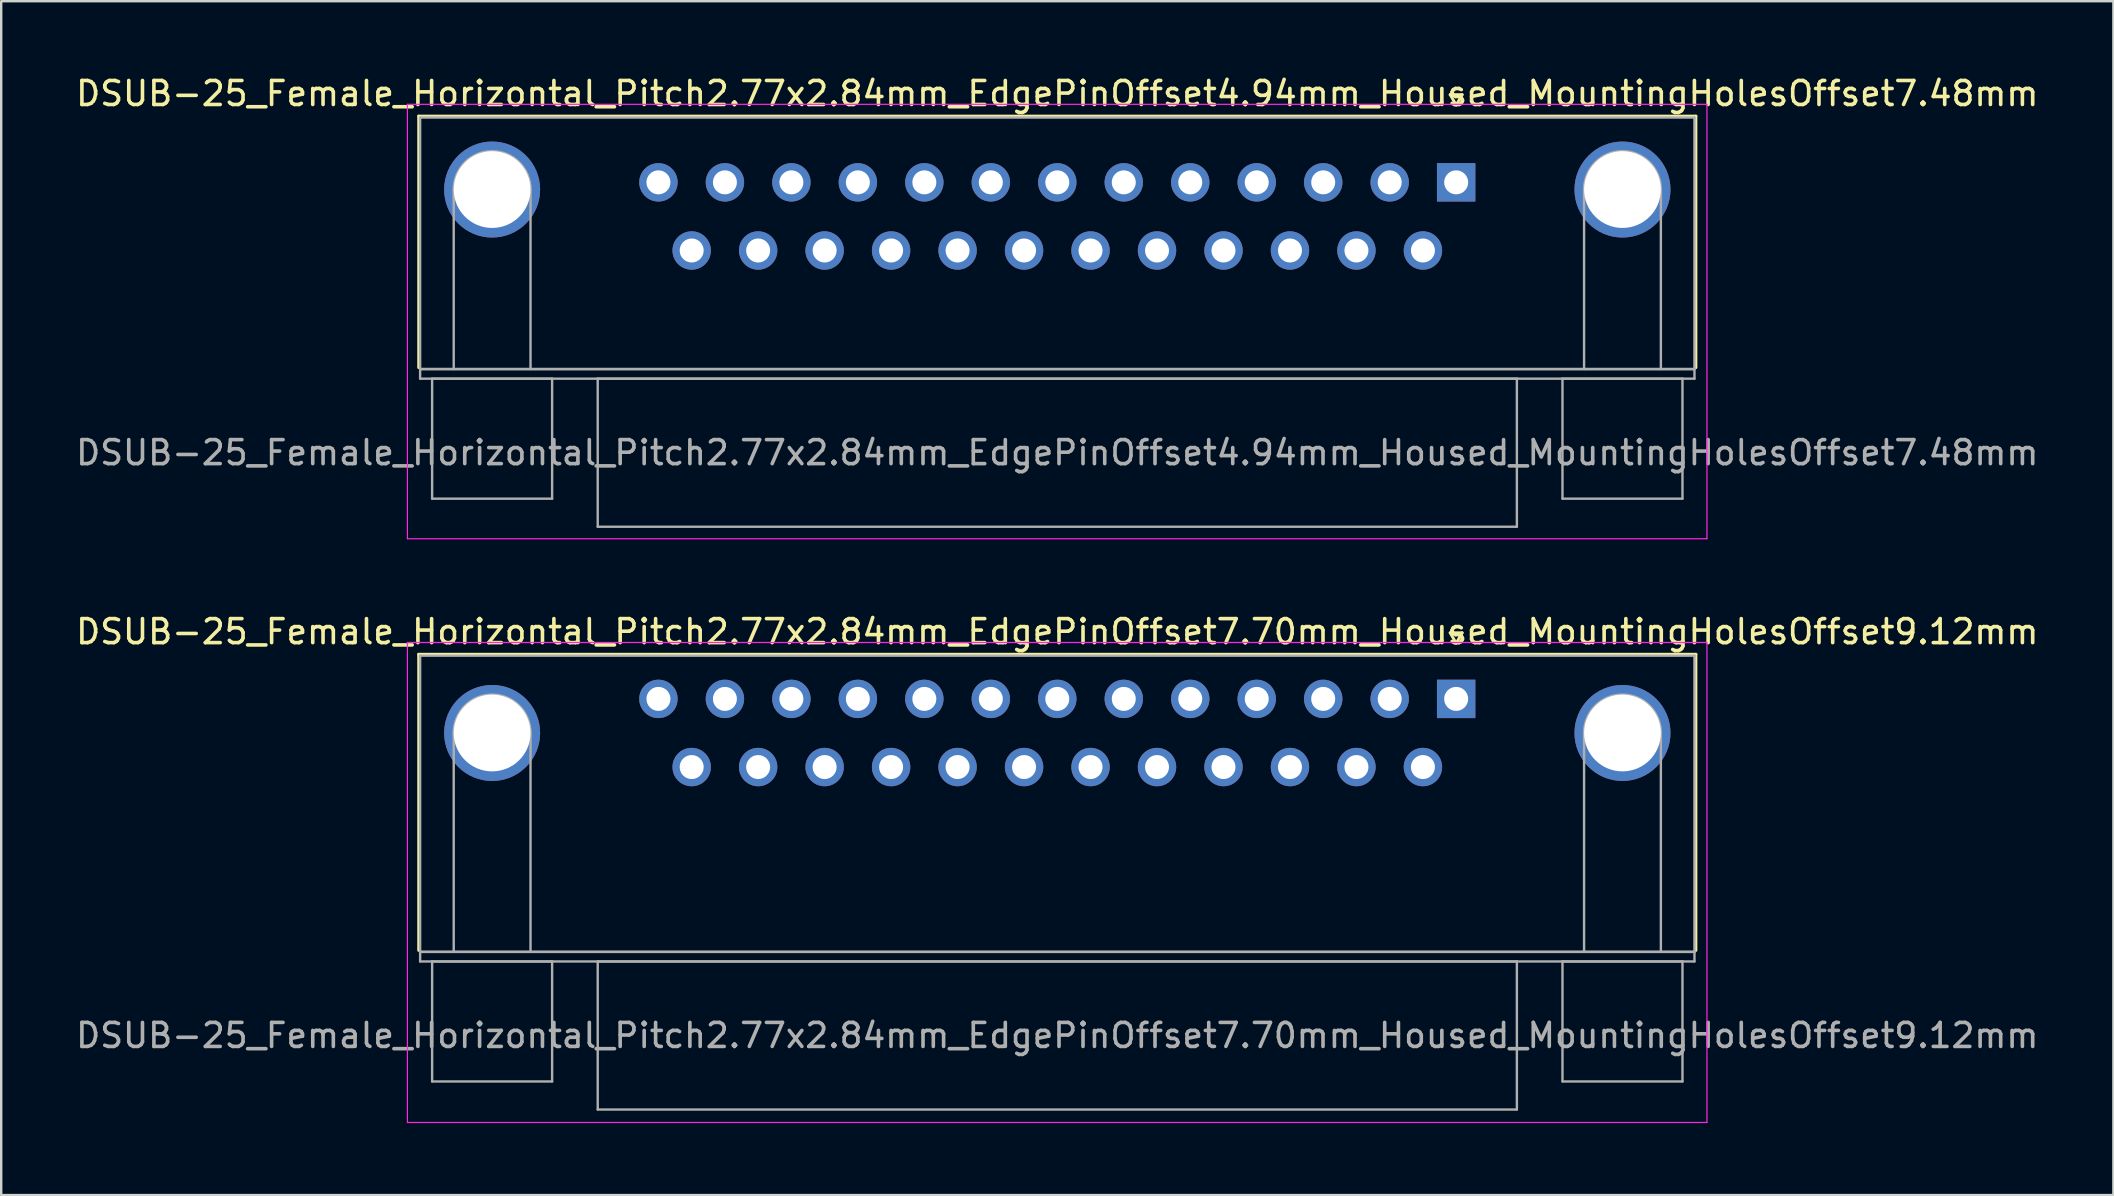
<source format=kicad_pcb>
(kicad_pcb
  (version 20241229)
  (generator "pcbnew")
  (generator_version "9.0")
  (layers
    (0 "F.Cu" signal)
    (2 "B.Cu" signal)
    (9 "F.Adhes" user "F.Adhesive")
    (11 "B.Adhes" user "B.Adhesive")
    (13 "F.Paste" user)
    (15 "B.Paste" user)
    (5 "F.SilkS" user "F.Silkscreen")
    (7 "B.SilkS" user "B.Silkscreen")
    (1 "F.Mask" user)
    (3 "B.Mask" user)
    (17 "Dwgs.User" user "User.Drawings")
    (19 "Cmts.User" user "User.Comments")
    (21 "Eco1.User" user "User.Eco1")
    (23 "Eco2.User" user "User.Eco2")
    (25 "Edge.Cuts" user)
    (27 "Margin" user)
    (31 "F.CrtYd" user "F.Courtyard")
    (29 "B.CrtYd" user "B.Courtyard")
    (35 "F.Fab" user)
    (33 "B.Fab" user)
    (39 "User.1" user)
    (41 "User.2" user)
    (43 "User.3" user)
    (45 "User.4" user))
  (footprint "DSUB-25_Female_Horizontal_Pitch2.77x2.84mm_EdgePinOffset4.94mm_Housed_MountingHolesOffset7.48mm"
    (layer "F.Cu")
    (at 57.626 4.548)
    (property "Reference" "DSUB-25_Female_Horizontal_Pitch2.77x2.84mm_EdgePinOffset4.94mm_Housed_MountingHolesOffset7.48mm" (at -16.62 -3.7 0) (layer "F.SilkS") (effects (font (size 1 1) (thickness 0.15))))
    (attr through_hole)
    (fp_line (start -43.23 -2.76) (end 9.99 -2.76) (stroke (width 0.12) (type solid)) (layer "F.SilkS"))
    (fp_line (start -43.23 7.72) (end -43.23 -2.76) (stroke (width 0.12) (type solid)) (layer "F.SilkS"))
    (fp_line (start -0.25 -3.654) (end 0.25 -3.654) (stroke (width 0.12) (type solid)) (layer "F.SilkS"))
    (fp_line (start 0 -3.221) (end -0.25 -3.654) (stroke (width 0.12) (type solid)) (layer "F.SilkS"))
    (fp_line (start 0.25 -3.654) (end 0 -3.221) (stroke (width 0.12) (type solid)) (layer "F.SilkS"))
    (fp_line (start 9.99 -2.76) (end 9.99 7.72) (stroke (width 0.12) (type solid)) (layer "F.SilkS"))
    (fp_line (start -43.7 -3.25) (end -43.7 14.85) (stroke (width 0.05) (type solid)) (layer "F.CrtYd"))
    (fp_line (start -43.7 14.85) (end 10.45 14.85) (stroke (width 0.05) (type solid)) (layer "F.CrtYd"))
    (fp_line (start 10.45 -3.25) (end -43.7 -3.25) (stroke (width 0.05) (type solid)) (layer "F.CrtYd"))
    (fp_line (start 10.45 14.85) (end 10.45 -3.25) (stroke (width 0.05) (type solid)) (layer "F.CrtYd"))
    (fp_line (start -43.17 -2.7) (end -43.17 7.78) (stroke (width 0.1) (type solid)) (layer "F.Fab"))
    (fp_line (start -43.17 7.78) (end -43.17 8.18) (stroke (width 0.1) (type solid)) (layer "F.Fab"))
    (fp_line (start -43.17 7.78) (end 9.93 7.78) (stroke (width 0.1) (type solid)) (layer "F.Fab"))
    (fp_line (start -43.17 8.18) (end 9.93 8.18) (stroke (width 0.1) (type solid)) (layer "F.Fab"))
    (fp_line (start -42.67 8.18) (end -42.67 13.18) (stroke (width 0.1) (type solid)) (layer "F.Fab"))
    (fp_line (start -42.67 13.18) (end -37.67 13.18) (stroke (width 0.1) (type solid)) (layer "F.Fab"))
    (fp_line (start -41.77 7.78) (end -41.77 0.3) (stroke (width 0.1) (type solid)) (layer "F.Fab"))
    (fp_line (start -38.57 7.78) (end -38.57 0.3) (stroke (width 0.1) (type solid)) (layer "F.Fab"))
    (fp_line (start -37.67 8.18) (end -42.67 8.18) (stroke (width 0.1) (type solid)) (layer "F.Fab"))
    (fp_line (start -37.67 13.18) (end -37.67 8.18) (stroke (width 0.1) (type solid)) (layer "F.Fab"))
    (fp_line (start -35.77 8.18) (end -35.77 14.35) (stroke (width 0.1) (type solid)) (layer "F.Fab"))
    (fp_line (start -35.77 14.35) (end 2.53 14.35) (stroke (width 0.1) (type solid)) (layer "F.Fab"))
    (fp_line (start 2.53 8.18) (end -35.77 8.18) (stroke (width 0.1) (type solid)) (layer "F.Fab"))
    (fp_line (start 2.53 14.35) (end 2.53 8.18) (stroke (width 0.1) (type solid)) (layer "F.Fab"))
    (fp_line (start 4.43 8.18) (end 4.43 13.18) (stroke (width 0.1) (type solid)) (layer "F.Fab"))
    (fp_line (start 4.43 13.18) (end 9.43 13.18) (stroke (width 0.1) (type solid)) (layer "F.Fab"))
    (fp_line (start 5.33 7.78) (end 5.33 0.3) (stroke (width 0.1) (type solid)) (layer "F.Fab"))
    (fp_line (start 8.53 7.78) (end 8.53 0.3) (stroke (width 0.1) (type solid)) (layer "F.Fab"))
    (fp_line (start 9.43 8.18) (end 4.43 8.18) (stroke (width 0.1) (type solid)) (layer "F.Fab"))
    (fp_line (start 9.43 13.18) (end 9.43 8.18) (stroke (width 0.1) (type solid)) (layer "F.Fab"))
    (fp_line (start 9.93 -2.7) (end -43.17 -2.7) (stroke (width 0.1) (type solid)) (layer "F.Fab"))
    (fp_line (start 9.93 7.78) (end -43.17 7.78) (stroke (width 0.1) (type solid)) (layer "F.Fab"))
    (fp_line (start 9.93 7.78) (end 9.93 -2.7) (stroke (width 0.1) (type solid)) (layer "F.Fab"))
    (fp_line (start 9.93 8.18) (end 9.93 7.78) (stroke (width 0.1) (type solid)) (layer "F.Fab"))
    (fp_arc (start -41.77 0.3) (mid -40.17 -1.3) (end -38.57 0.3) (stroke (width 0.1) (type solid)) (layer "F.Fab"))
    (fp_arc (start 5.33 0.3) (mid 6.93 -1.3) (end 8.53 0.3) (stroke (width 0.1) (type solid)) (layer "F.Fab"))
    (fp_text user "${REFERENCE}" (at -16.62 11.265 0) (layer "F.Fab") (effects (font (size 1 1) (thickness 0.15))))
    (pad "0" thru_hole circle (at -40.17 0.3) (size 4 4) (drill 3.2) (layers "*.Cu" "*.Mask"))
    (pad "0" thru_hole circle (at 6.93 0.3) (size 4 4) (drill 3.2) (layers "*.Cu" "*.Mask"))
    (pad "1" thru_hole rect (at 0 0) (size 1.6 1.6) (drill 1) (layers "*.Cu" "*.Mask"))
    (pad "2" thru_hole circle (at -2.77 0) (size 1.6 1.6) (drill 1) (layers "*.Cu" "*.Mask"))
    (pad "3" thru_hole circle (at -5.54 0) (size 1.6 1.6) (drill 1) (layers "*.Cu" "*.Mask"))
    (pad "4" thru_hole circle (at -8.31 0) (size 1.6 1.6) (drill 1) (layers "*.Cu" "*.Mask"))
    (pad "5" thru_hole circle (at -11.08 0) (size 1.6 1.6) (drill 1) (layers "*.Cu" "*.Mask"))
    (pad "6" thru_hole circle (at -13.85 0) (size 1.6 1.6) (drill 1) (layers "*.Cu" "*.Mask"))
    (pad "7" thru_hole circle (at -16.62 0) (size 1.6 1.6) (drill 1) (layers "*.Cu" "*.Mask"))
    (pad "8" thru_hole circle (at -19.39 0) (size 1.6 1.6) (drill 1) (layers "*.Cu" "*.Mask"))
    (pad "9" thru_hole circle (at -22.16 0) (size 1.6 1.6) (drill 1) (layers "*.Cu" "*.Mask"))
    (pad "10" thru_hole circle (at -24.93 0) (size 1.6 1.6) (drill 1) (layers "*.Cu" "*.Mask"))
    (pad "11" thru_hole circle (at -27.7 0) (size 1.6 1.6) (drill 1) (layers "*.Cu" "*.Mask"))
    (pad "12" thru_hole circle (at -30.47 0) (size 1.6 1.6) (drill 1) (layers "*.Cu" "*.Mask"))
    (pad "13" thru_hole circle (at -33.24 0) (size 1.6 1.6) (drill 1) (layers "*.Cu" "*.Mask"))
    (pad "14" thru_hole circle (at -1.385 2.84) (size 1.6 1.6) (drill 1) (layers "*.Cu" "*.Mask"))
    (pad "15" thru_hole circle (at -4.155 2.84) (size 1.6 1.6) (drill 1) (layers "*.Cu" "*.Mask"))
    (pad "16" thru_hole circle (at -6.925 2.84) (size 1.6 1.6) (drill 1) (layers "*.Cu" "*.Mask"))
    (pad "17" thru_hole circle (at -9.695 2.84) (size 1.6 1.6) (drill 1) (layers "*.Cu" "*.Mask"))
    (pad "18" thru_hole circle (at -12.465 2.84) (size 1.6 1.6) (drill 1) (layers "*.Cu" "*.Mask"))
    (pad "19" thru_hole circle (at -15.235 2.84) (size 1.6 1.6) (drill 1) (layers "*.Cu" "*.Mask"))
    (pad "20" thru_hole circle (at -18.005 2.84) (size 1.6 1.6) (drill 1) (layers "*.Cu" "*.Mask"))
    (pad "21" thru_hole circle (at -20.775 2.84) (size 1.6 1.6) (drill 1) (layers "*.Cu" "*.Mask"))
    (pad "22" thru_hole circle (at -23.545 2.84) (size 1.6 1.6) (drill 1) (layers "*.Cu" "*.Mask"))
    (pad "23" thru_hole circle (at -26.315 2.84) (size 1.6 1.6) (drill 1) (layers "*.Cu" "*.Mask"))
    (pad "24" thru_hole circle (at -29.085 2.84) (size 1.6 1.6) (drill 1) (layers "*.Cu" "*.Mask"))
    (pad "25" thru_hole circle (at -31.855 2.84) (size 1.6 1.6) (drill 1) (layers "*.Cu" "*.Mask")))
  (footprint "DSUB-25_Female_Horizontal_Pitch2.77x2.84mm_EdgePinOffset7.70mm_Housed_MountingHolesOffset9.12mm"
    (layer "F.Cu")
    (at 57.626 26.072)
    (property "Reference" "DSUB-25_Female_Horizontal_Pitch2.77x2.84mm_EdgePinOffset7.70mm_Housed_MountingHolesOffset9.12mm" (at -16.62 -2.8 0) (layer "F.SilkS") (effects (font (size 1 1) (thickness 0.15))))
    (attr through_hole)
    (fp_line (start -43.23 -1.86) (end 9.99 -1.86) (stroke (width 0.12) (type solid)) (layer "F.SilkS"))
    (fp_line (start -43.23 10.48) (end -43.23 -1.86) (stroke (width 0.12) (type solid)) (layer "F.SilkS"))
    (fp_line (start -0.25 -2.754) (end 0.25 -2.754) (stroke (width 0.12) (type solid)) (layer "F.SilkS"))
    (fp_line (start 0 -2.321) (end -0.25 -2.754) (stroke (width 0.12) (type solid)) (layer "F.SilkS"))
    (fp_line (start 0.25 -2.754) (end 0 -2.321) (stroke (width 0.12) (type solid)) (layer "F.SilkS"))
    (fp_line (start 9.99 -1.86) (end 9.99 10.48) (stroke (width 0.12) (type solid)) (layer "F.SilkS"))
    (fp_line (start -43.7 -2.35) (end -43.7 17.65) (stroke (width 0.05) (type solid)) (layer "F.CrtYd"))
    (fp_line (start -43.7 17.65) (end 10.45 17.65) (stroke (width 0.05) (type solid)) (layer "F.CrtYd"))
    (fp_line (start 10.45 -2.35) (end -43.7 -2.35) (stroke (width 0.05) (type solid)) (layer "F.CrtYd"))
    (fp_line (start 10.45 17.65) (end 10.45 -2.35) (stroke (width 0.05) (type solid)) (layer "F.CrtYd"))
    (fp_line (start -43.17 -1.8) (end -43.17 10.54) (stroke (width 0.1) (type solid)) (layer "F.Fab"))
    (fp_line (start -43.17 10.54) (end -43.17 10.94) (stroke (width 0.1) (type solid)) (layer "F.Fab"))
    (fp_line (start -43.17 10.54) (end 9.93 10.54) (stroke (width 0.1) (type solid)) (layer "F.Fab"))
    (fp_line (start -43.17 10.94) (end 9.93 10.94) (stroke (width 0.1) (type solid)) (layer "F.Fab"))
    (fp_line (start -42.67 10.94) (end -42.67 15.94) (stroke (width 0.1) (type solid)) (layer "F.Fab"))
    (fp_line (start -42.67 15.94) (end -37.67 15.94) (stroke (width 0.1) (type solid)) (layer "F.Fab"))
    (fp_line (start -41.77 10.54) (end -41.77 1.42) (stroke (width 0.1) (type solid)) (layer "F.Fab"))
    (fp_line (start -38.57 10.54) (end -38.57 1.42) (stroke (width 0.1) (type solid)) (layer "F.Fab"))
    (fp_line (start -37.67 10.94) (end -42.67 10.94) (stroke (width 0.1) (type solid)) (layer "F.Fab"))
    (fp_line (start -37.67 15.94) (end -37.67 10.94) (stroke (width 0.1) (type solid)) (layer "F.Fab"))
    (fp_line (start -35.77 10.94) (end -35.77 17.11) (stroke (width 0.1) (type solid)) (layer "F.Fab"))
    (fp_line (start -35.77 17.11) (end 2.53 17.11) (stroke (width 0.1) (type solid)) (layer "F.Fab"))
    (fp_line (start 2.53 10.94) (end -35.77 10.94) (stroke (width 0.1) (type solid)) (layer "F.Fab"))
    (fp_line (start 2.53 17.11) (end 2.53 10.94) (stroke (width 0.1) (type solid)) (layer "F.Fab"))
    (fp_line (start 4.43 10.94) (end 4.43 15.94) (stroke (width 0.1) (type solid)) (layer "F.Fab"))
    (fp_line (start 4.43 15.94) (end 9.43 15.94) (stroke (width 0.1) (type solid)) (layer "F.Fab"))
    (fp_line (start 5.33 10.54) (end 5.33 1.42) (stroke (width 0.1) (type solid)) (layer "F.Fab"))
    (fp_line (start 8.53 10.54) (end 8.53 1.42) (stroke (width 0.1) (type solid)) (layer "F.Fab"))
    (fp_line (start 9.43 10.94) (end 4.43 10.94) (stroke (width 0.1) (type solid)) (layer "F.Fab"))
    (fp_line (start 9.43 15.94) (end 9.43 10.94) (stroke (width 0.1) (type solid)) (layer "F.Fab"))
    (fp_line (start 9.93 -1.8) (end -43.17 -1.8) (stroke (width 0.1) (type solid)) (layer "F.Fab"))
    (fp_line (start 9.93 10.54) (end -43.17 10.54) (stroke (width 0.1) (type solid)) (layer "F.Fab"))
    (fp_line (start 9.93 10.54) (end 9.93 -1.8) (stroke (width 0.1) (type solid)) (layer "F.Fab"))
    (fp_line (start 9.93 10.94) (end 9.93 10.54) (stroke (width 0.1) (type solid)) (layer "F.Fab"))
    (fp_arc (start -41.77 1.42) (mid -40.17 -0.18) (end -38.57 1.42) (stroke (width 0.1) (type solid)) (layer "F.Fab"))
    (fp_arc (start 5.33 1.42) (mid 6.93 -0.18) (end 8.53 1.42) (stroke (width 0.1) (type solid)) (layer "F.Fab"))
    (fp_text user "${REFERENCE}" (at -16.62 14.025 0) (layer "F.Fab") (effects (font (size 1 1) (thickness 0.15))))
    (pad "0" thru_hole circle (at -40.17 1.42) (size 4 4) (drill 3.2) (layers "*.Cu" "*.Mask"))
    (pad "0" thru_hole circle (at 6.93 1.42) (size 4 4) (drill 3.2) (layers "*.Cu" "*.Mask"))
    (pad "1" thru_hole rect (at 0 0) (size 1.6 1.6) (drill 1) (layers "*.Cu" "*.Mask"))
    (pad "2" thru_hole circle (at -2.77 0) (size 1.6 1.6) (drill 1) (layers "*.Cu" "*.Mask"))
    (pad "3" thru_hole circle (at -5.54 0) (size 1.6 1.6) (drill 1) (layers "*.Cu" "*.Mask"))
    (pad "4" thru_hole circle (at -8.31 0) (size 1.6 1.6) (drill 1) (layers "*.Cu" "*.Mask"))
    (pad "5" thru_hole circle (at -11.08 0) (size 1.6 1.6) (drill 1) (layers "*.Cu" "*.Mask"))
    (pad "6" thru_hole circle (at -13.85 0) (size 1.6 1.6) (drill 1) (layers "*.Cu" "*.Mask"))
    (pad "7" thru_hole circle (at -16.62 0) (size 1.6 1.6) (drill 1) (layers "*.Cu" "*.Mask"))
    (pad "8" thru_hole circle (at -19.39 0) (size 1.6 1.6) (drill 1) (layers "*.Cu" "*.Mask"))
    (pad "9" thru_hole circle (at -22.16 0) (size 1.6 1.6) (drill 1) (layers "*.Cu" "*.Mask"))
    (pad "10" thru_hole circle (at -24.93 0) (size 1.6 1.6) (drill 1) (layers "*.Cu" "*.Mask"))
    (pad "11" thru_hole circle (at -27.7 0) (size 1.6 1.6) (drill 1) (layers "*.Cu" "*.Mask"))
    (pad "12" thru_hole circle (at -30.47 0) (size 1.6 1.6) (drill 1) (layers "*.Cu" "*.Mask"))
    (pad "13" thru_hole circle (at -33.24 0) (size 1.6 1.6) (drill 1) (layers "*.Cu" "*.Mask"))
    (pad "14" thru_hole circle (at -1.385 2.84) (size 1.6 1.6) (drill 1) (layers "*.Cu" "*.Mask"))
    (pad "15" thru_hole circle (at -4.155 2.84) (size 1.6 1.6) (drill 1) (layers "*.Cu" "*.Mask"))
    (pad "16" thru_hole circle (at -6.925 2.84) (size 1.6 1.6) (drill 1) (layers "*.Cu" "*.Mask"))
    (pad "17" thru_hole circle (at -9.695 2.84) (size 1.6 1.6) (drill 1) (layers "*.Cu" "*.Mask"))
    (pad "18" thru_hole circle (at -12.465 2.84) (size 1.6 1.6) (drill 1) (layers "*.Cu" "*.Mask"))
    (pad "19" thru_hole circle (at -15.235 2.84) (size 1.6 1.6) (drill 1) (layers "*.Cu" "*.Mask"))
    (pad "20" thru_hole circle (at -18.005 2.84) (size 1.6 1.6) (drill 1) (layers "*.Cu" "*.Mask"))
    (pad "21" thru_hole circle (at -20.775 2.84) (size 1.6 1.6) (drill 1) (layers "*.Cu" "*.Mask"))
    (pad "22" thru_hole circle (at -23.545 2.84) (size 1.6 1.6) (drill 1) (layers "*.Cu" "*.Mask"))
    (pad "23" thru_hole circle (at -26.315 2.84) (size 1.6 1.6) (drill 1) (layers "*.Cu" "*.Mask"))
    (pad "24" thru_hole circle (at -29.085 2.84) (size 1.6 1.6) (drill 1) (layers "*.Cu" "*.Mask"))
    (pad "25" thru_hole circle (at -31.855 2.84) (size 1.6 1.6) (drill 1) (layers "*.Cu" "*.Mask")))
  (gr_rect
    (start -3 -3)
    (end 85.012 46.746)
    (stroke (width 0.1) (type default))
    (fill no)
    (layer "Edge.Cuts")))
</source>
